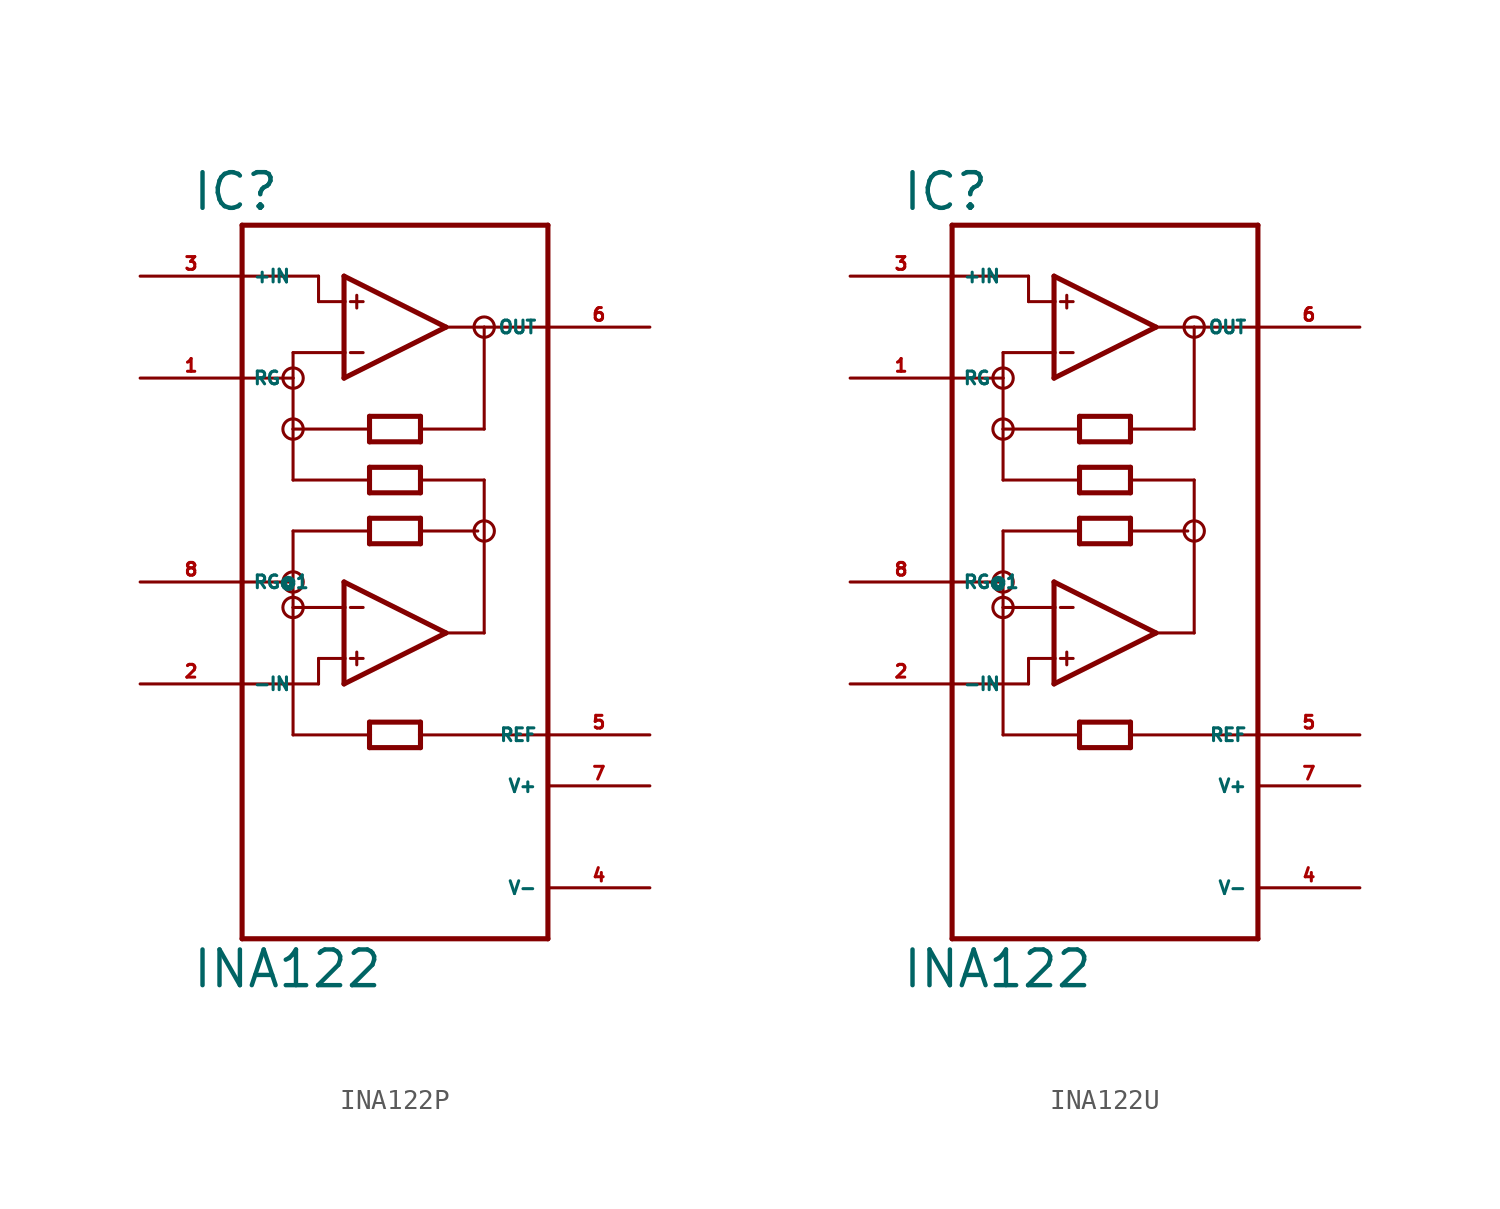
<source format=kicad_sym>
(kicad_symbol_lib
  (version 20220914)
  (generator Eagle2Kicad)
  (symbol "INA122P"
    (property "Reference" "IC"
      (at -10.16 18.415 0)
      (effects (font (size 1.778 1.778) (thickness 0.22)) (justify left bottom)))
    (property "Value" "INA122"
      (at -10.16 -20.32 0)
      (effects (font (size 1.778 1.778) (thickness 0.22)) (justify left bottom)))
    (polyline
      (pts (xy -2.54 10.16) (xy -2.54 11.43))
      (stroke (width 0.254) (type default))
      (fill (type none)))
    (polyline
      (pts (xy -2.54 11.43) (xy -2.54 13.97))
      (stroke (width 0.254) (type default))
      (fill (type none)))
    (polyline
      (pts (xy -2.54 13.97) (xy -2.54 15.24))
      (stroke (width 0.254) (type default))
      (fill (type none)))
    (polyline
      (pts (xy -2.54 15.24) (xy 2.54 12.7))
      (stroke (width 0.254) (type default))
      (fill (type none)))
    (polyline
      (pts (xy 2.54 12.7) (xy -2.54 10.16))
      (stroke (width 0.254) (type default))
      (fill (type none)))
    (polyline
      (pts (xy -2.54 13.97) (xy -3.81 13.97))
      (stroke (width 0.152) (type default))
      (fill (type none)))
    (polyline
      (pts (xy 1.27 5.715) (xy 1.27 5.08))
      (stroke (width 0.254) (type default))
      (fill (type none)))
    (polyline
      (pts (xy 1.27 5.08) (xy 1.27 4.445))
      (stroke (width 0.254) (type default))
      (fill (type none)))
    (polyline
      (pts (xy 1.27 4.445) (xy -1.27 4.445))
      (stroke (width 0.254) (type default))
      (fill (type none)))
    (polyline
      (pts (xy -1.27 4.445) (xy -1.27 5.08))
      (stroke (width 0.254) (type default))
      (fill (type none)))
    (polyline
      (pts (xy -1.27 5.08) (xy -1.27 5.715))
      (stroke (width 0.254) (type default))
      (fill (type none)))
    (polyline
      (pts (xy -1.27 5.715) (xy 1.27 5.715))
      (stroke (width 0.254) (type default))
      (fill (type none)))
    (polyline
      (pts (xy -1.27 8.255) (xy -1.27 7.62))
      (stroke (width 0.254) (type default))
      (fill (type none)))
    (polyline
      (pts (xy -1.27 7.62) (xy -1.27 6.985))
      (stroke (width 0.254) (type default))
      (fill (type none)))
    (polyline
      (pts (xy -1.27 6.985) (xy 1.27 6.985))
      (stroke (width 0.254) (type default))
      (fill (type none)))
    (polyline
      (pts (xy 1.27 6.985) (xy 1.27 7.62))
      (stroke (width 0.254) (type default))
      (fill (type none)))
    (polyline
      (pts (xy 1.27 7.62) (xy 1.27 8.255))
      (stroke (width 0.254) (type default))
      (fill (type none)))
    (polyline
      (pts (xy 1.27 8.255) (xy -1.27 8.255))
      (stroke (width 0.254) (type default))
      (fill (type none)))
    (polyline
      (pts (xy -2.54 11.43) (xy -5.08 11.43))
      (stroke (width 0.152) (type default))
      (fill (type none)))
    (polyline
      (pts (xy -5.08 11.43) (xy -5.08 10.16))
      (stroke (width 0.152) (type default))
      (fill (type none)))
    (polyline
      (pts (xy -2.223 13.97) (xy -1.587 13.97))
      (stroke (width 0.152) (type default))
      (fill (type none)))
    (polyline
      (pts (xy -2.223 11.43) (xy -1.587 11.43))
      (stroke (width 0.152) (type default))
      (fill (type none)))
    (polyline
      (pts (xy -1.905 14.287) (xy -1.905 13.652))
      (stroke (width 0.152) (type default))
      (fill (type none)))
    (polyline
      (pts (xy 2.54 12.7) (xy 4.445 12.7))
      (stroke (width 0.152) (type default))
      (fill (type none)))
    (polyline
      (pts (xy 4.445 12.7) (xy 7.62 12.7))
      (stroke (width 0.152) (type default))
      (fill (type none)))
    (polyline
      (pts (xy -7.62 -17.78) (xy 7.62 -17.78))
      (stroke (width 0.254) (type default))
      (fill (type none)))
    (polyline
      (pts (xy 7.62 -17.78) (xy 7.62 -7.62))
      (stroke (width 0.254) (type default))
      (fill (type none)))
    (polyline
      (pts (xy 7.62 -7.62) (xy 7.62 17.78))
      (stroke (width 0.254) (type default))
      (fill (type none)))
    (polyline
      (pts (xy 7.62 17.78) (xy -7.62 17.78))
      (stroke (width 0.254) (type default))
      (fill (type none)))
    (polyline
      (pts (xy -7.62 17.78) (xy -7.62 15.24))
      (stroke (width 0.254) (type default))
      (fill (type none)))
    (polyline
      (pts (xy -7.62 15.24) (xy -7.62 10.16))
      (stroke (width 0.254) (type default))
      (fill (type none)))
    (polyline
      (pts (xy -7.62 10.16) (xy -7.62 0))
      (stroke (width 0.254) (type default))
      (fill (type none)))
    (polyline
      (pts (xy -7.62 0) (xy -7.62 -5.08))
      (stroke (width 0.254) (type default))
      (fill (type none)))
    (polyline
      (pts (xy -7.62 -5.08) (xy -7.62 -17.78))
      (stroke (width 0.254) (type default))
      (fill (type none)))
    (polyline
      (pts (xy -2.54 -5.08) (xy -2.54 -3.81))
      (stroke (width 0.254) (type default))
      (fill (type none)))
    (polyline
      (pts (xy -2.54 -3.81) (xy -2.54 -1.27))
      (stroke (width 0.254) (type default))
      (fill (type none)))
    (polyline
      (pts (xy -2.54 -1.27) (xy -2.54 0))
      (stroke (width 0.254) (type default))
      (fill (type none)))
    (polyline
      (pts (xy -2.54 0) (xy 2.54 -2.54))
      (stroke (width 0.254) (type default))
      (fill (type none)))
    (polyline
      (pts (xy 2.54 -2.54) (xy -2.54 -5.08))
      (stroke (width 0.254) (type default))
      (fill (type none)))
    (polyline
      (pts (xy 1.27 1.905) (xy 1.27 2.54))
      (stroke (width 0.254) (type default))
      (fill (type none)))
    (polyline
      (pts (xy 1.27 2.54) (xy 1.27 3.175))
      (stroke (width 0.254) (type default))
      (fill (type none)))
    (polyline
      (pts (xy 1.27 3.175) (xy -1.27 3.175))
      (stroke (width 0.254) (type default))
      (fill (type none)))
    (polyline
      (pts (xy -1.27 3.175) (xy -1.27 2.54))
      (stroke (width 0.254) (type default))
      (fill (type none)))
    (polyline
      (pts (xy -1.27 2.54) (xy -1.27 1.905))
      (stroke (width 0.254) (type default))
      (fill (type none)))
    (polyline
      (pts (xy -1.27 1.905) (xy 1.27 1.905))
      (stroke (width 0.254) (type default))
      (fill (type none)))
    (polyline
      (pts (xy -1.27 -8.255) (xy -1.27 -7.62))
      (stroke (width 0.254) (type default))
      (fill (type none)))
    (polyline
      (pts (xy -1.27 -7.62) (xy -1.27 -6.985))
      (stroke (width 0.254) (type default))
      (fill (type none)))
    (polyline
      (pts (xy -1.27 -6.985) (xy 1.27 -6.985))
      (stroke (width 0.254) (type default))
      (fill (type none)))
    (polyline
      (pts (xy 1.27 -6.985) (xy 1.27 -7.62))
      (stroke (width 0.254) (type default))
      (fill (type none)))
    (polyline
      (pts (xy 1.27 -7.62) (xy 1.27 -8.255))
      (stroke (width 0.254) (type default))
      (fill (type none)))
    (polyline
      (pts (xy 1.27 -8.255) (xy -1.27 -8.255))
      (stroke (width 0.254) (type default))
      (fill (type none)))
    (polyline
      (pts (xy -2.54 -1.27) (xy -5.08 -1.27))
      (stroke (width 0.152) (type default))
      (fill (type none)))
    (polyline
      (pts (xy -5.08 -1.27) (xy -5.08 0))
      (stroke (width 0.152) (type default))
      (fill (type none)))
    (polyline
      (pts (xy -2.54 -3.81) (xy -3.81 -3.81))
      (stroke (width 0.152) (type default))
      (fill (type none)))
    (polyline
      (pts (xy -2.223 -1.27) (xy -1.587 -1.27))
      (stroke (width 0.152) (type default))
      (fill (type none)))
    (polyline
      (pts (xy -2.223 -3.81) (xy -1.587 -3.81))
      (stroke (width 0.152) (type default))
      (fill (type none)))
    (polyline
      (pts (xy -1.905 -3.493) (xy -1.905 -4.128))
      (stroke (width 0.152) (type default))
      (fill (type none)))
    (polyline
      (pts (xy 2.54 -2.54) (xy 4.445 -2.54))
      (stroke (width 0.152) (type default))
      (fill (type none)))
    (polyline
      (pts (xy -7.62 15.24) (xy -3.81 15.24))
      (stroke (width 0.152) (type default))
      (fill (type none)))
    (polyline
      (pts (xy -3.81 15.24) (xy -3.81 13.97))
      (stroke (width 0.152) (type default))
      (fill (type none)))
    (polyline
      (pts (xy -7.62 10.16) (xy -5.08 10.16))
      (stroke (width 0.152) (type default))
      (fill (type none)))
    (polyline
      (pts (xy 4.445 12.7) (xy 4.445 7.62))
      (stroke (width 0.152) (type default))
      (fill (type none)))
    (polyline
      (pts (xy 4.445 7.62) (xy 1.27 7.62))
      (stroke (width 0.152) (type default))
      (fill (type none)))
    (polyline
      (pts (xy -5.08 10.16) (xy -5.08 7.62))
      (stroke (width 0.152) (type default))
      (fill (type none)))
    (polyline
      (pts (xy -5.08 7.62) (xy -1.27 7.62))
      (stroke (width 0.152) (type default))
      (fill (type none)))
    (polyline
      (pts (xy -3.81 -3.81) (xy -3.81 -5.08))
      (stroke (width 0.152) (type default))
      (fill (type none)))
    (polyline
      (pts (xy -3.81 -5.08) (xy -7.62 -5.08))
      (stroke (width 0.152) (type default))
      (fill (type none)))
    (polyline
      (pts (xy -7.62 0) (xy -5.08 0))
      (stroke (width 0.152) (type default))
      (fill (type none)))
    (polyline
      (pts (xy -5.08 5.08) (xy -1.27 5.08))
      (stroke (width 0.152) (type default))
      (fill (type none)))
    (polyline
      (pts (xy -5.08 7.62) (xy -5.08 5.08))
      (stroke (width 0.152) (type default))
      (fill (type none)))
    (polyline
      (pts (xy 1.27 5.08) (xy 4.445 5.08))
      (stroke (width 0.152) (type default))
      (fill (type none)))
    (polyline
      (pts (xy 4.445 5.08) (xy 4.445 -2.54))
      (stroke (width 0.152) (type default))
      (fill (type none)))
    (polyline
      (pts (xy 1.27 2.54) (xy 4.128 2.54))
      (stroke (width 0.152) (type default))
      (fill (type none)))
    (polyline
      (pts (xy -1.27 2.54) (xy -5.08 2.54))
      (stroke (width 0.152) (type default))
      (fill (type none)))
    (polyline
      (pts (xy -5.08 2.54) (xy -5.08 0))
      (stroke (width 0.152) (type default))
      (fill (type none)))
    (polyline
      (pts (xy -5.08 -1.27) (xy -5.08 -7.62))
      (stroke (width 0.152) (type default))
      (fill (type none)))
    (polyline
      (pts (xy 1.27 -7.62) (xy 7.62 -7.62))
      (stroke (width 0.152) (type default))
      (fill (type none)))
    (polyline
      (pts (xy -5.08 -7.62) (xy -1.27 -7.62))
      (stroke (width 0.152) (type default))
      (fill (type none)))
    (circle
      (center -5.08 10.16)
      (radius 0.508)
      (stroke (width 0) (type default))
      (fill (type none)))
    (circle
      (center -5.08 7.62)
      (radius 0.508)
      (stroke (width 0) (type default))
      (fill (type none)))
    (circle
      (center 4.445 12.7)
      (radius 0.508)
      (stroke (width 0) (type default))
      (fill (type none)))
    (circle
      (center 4.445 2.54)
      (radius 0.508)
      (stroke (width 0) (type default))
      (fill (type none)))
    (circle
      (center -5.08 -1.27)
      (radius 0.508)
      (stroke (width 0) (type default))
      (fill (type none)))
    (circle
      (center -5.08 0)
      (radius 0.508)
      (stroke (width 0) (type default))
      (fill (type none)))
    (pin input line
      (at -12.7 15.24 0)
      (length 5.08)
      (name "+IN" (effects (font (size 0.635 0.635) (thickness 0.08)) (justify left bottom)))
      (number "3" (effects (font (size 0.635 0.635) (thickness 0.08)) (justify left bottom))))
    (pin passive line
      (at -12.7 10.16 0)
      (length 5.08)
      (name "RG" (effects (font (size 0.635 0.635) (thickness 0.08)) (justify left bottom)))
      (number "1" (effects (font (size 0.635 0.635) (thickness 0.08)) (justify left bottom))))
    (pin output line
      (at 12.7 12.7 180)
      (length 5.08)
      (name "OUT" (effects (font (size 0.635 0.635) (thickness 0.08)) (justify left bottom)))
      (number "6" (effects (font (size 0.635 0.635) (thickness 0.08)) (justify left bottom))))
    (pin unspecified line
      (at 12.7 -10.16 180)
      (length 5.08)
      (name "V+" (effects (font (size 0.635 0.635) (thickness 0.08)) (justify left bottom)))
      (number "7" (effects (font (size 0.635 0.635) (thickness 0.08)) (justify left bottom))))
    (pin unspecified line
      (at 12.7 -15.24 180)
      (length 5.08)
      (name "V-" (effects (font (size 0.635 0.635) (thickness 0.08)) (justify left bottom)))
      (number "4" (effects (font (size 0.635 0.635) (thickness 0.08)) (justify left bottom))))
    (pin passive line
      (at -12.7 0 0)
      (length 5.08)
      (name "RG@1" (effects (font (size 0.635 0.635) (thickness 0.08)) (justify left bottom)))
      (number "8" (effects (font (size 0.635 0.635) (thickness 0.08)) (justify left bottom))))
    (pin input line
      (at -12.7 -5.08 0)
      (length 5.08)
      (name "-IN" (effects (font (size 0.635 0.635) (thickness 0.08)) (justify left bottom)))
      (number "2" (effects (font (size 0.635 0.635) (thickness 0.08)) (justify left bottom))))
    (pin passive line
      (at 12.7 -7.62 180)
      (length 5.08)
      (name "REF" (effects (font (size 0.635 0.635) (thickness 0.08)) (justify left bottom)))
      (number "5" (effects (font (size 0.635 0.635) (thickness 0.08)) (justify left bottom)))))
  (symbol "INA122U"
    (property "Reference" "IC"
      (at -10.16 18.415 0)
      (effects (font (size 1.778 1.778) (thickness 0.22)) (justify left bottom)))
    (property "Value" "INA122"
      (at -10.16 -20.32 0)
      (effects (font (size 1.778 1.778) (thickness 0.22)) (justify left bottom)))
    (polyline
      (pts (xy -2.54 10.16) (xy -2.54 11.43))
      (stroke (width 0.254) (type default))
      (fill (type none)))
    (polyline
      (pts (xy -2.54 11.43) (xy -2.54 13.97))
      (stroke (width 0.254) (type default))
      (fill (type none)))
    (polyline
      (pts (xy -2.54 13.97) (xy -2.54 15.24))
      (stroke (width 0.254) (type default))
      (fill (type none)))
    (polyline
      (pts (xy -2.54 15.24) (xy 2.54 12.7))
      (stroke (width 0.254) (type default))
      (fill (type none)))
    (polyline
      (pts (xy 2.54 12.7) (xy -2.54 10.16))
      (stroke (width 0.254) (type default))
      (fill (type none)))
    (polyline
      (pts (xy -2.54 13.97) (xy -3.81 13.97))
      (stroke (width 0.152) (type default))
      (fill (type none)))
    (polyline
      (pts (xy 1.27 5.715) (xy 1.27 5.08))
      (stroke (width 0.254) (type default))
      (fill (type none)))
    (polyline
      (pts (xy 1.27 5.08) (xy 1.27 4.445))
      (stroke (width 0.254) (type default))
      (fill (type none)))
    (polyline
      (pts (xy 1.27 4.445) (xy -1.27 4.445))
      (stroke (width 0.254) (type default))
      (fill (type none)))
    (polyline
      (pts (xy -1.27 4.445) (xy -1.27 5.08))
      (stroke (width 0.254) (type default))
      (fill (type none)))
    (polyline
      (pts (xy -1.27 5.08) (xy -1.27 5.715))
      (stroke (width 0.254) (type default))
      (fill (type none)))
    (polyline
      (pts (xy -1.27 5.715) (xy 1.27 5.715))
      (stroke (width 0.254) (type default))
      (fill (type none)))
    (polyline
      (pts (xy -1.27 8.255) (xy -1.27 7.62))
      (stroke (width 0.254) (type default))
      (fill (type none)))
    (polyline
      (pts (xy -1.27 7.62) (xy -1.27 6.985))
      (stroke (width 0.254) (type default))
      (fill (type none)))
    (polyline
      (pts (xy -1.27 6.985) (xy 1.27 6.985))
      (stroke (width 0.254) (type default))
      (fill (type none)))
    (polyline
      (pts (xy 1.27 6.985) (xy 1.27 7.62))
      (stroke (width 0.254) (type default))
      (fill (type none)))
    (polyline
      (pts (xy 1.27 7.62) (xy 1.27 8.255))
      (stroke (width 0.254) (type default))
      (fill (type none)))
    (polyline
      (pts (xy 1.27 8.255) (xy -1.27 8.255))
      (stroke (width 0.254) (type default))
      (fill (type none)))
    (polyline
      (pts (xy -2.54 11.43) (xy -5.08 11.43))
      (stroke (width 0.152) (type default))
      (fill (type none)))
    (polyline
      (pts (xy -5.08 11.43) (xy -5.08 10.16))
      (stroke (width 0.152) (type default))
      (fill (type none)))
    (polyline
      (pts (xy -2.223 13.97) (xy -1.587 13.97))
      (stroke (width 0.152) (type default))
      (fill (type none)))
    (polyline
      (pts (xy -2.223 11.43) (xy -1.587 11.43))
      (stroke (width 0.152) (type default))
      (fill (type none)))
    (polyline
      (pts (xy -1.905 14.287) (xy -1.905 13.652))
      (stroke (width 0.152) (type default))
      (fill (type none)))
    (polyline
      (pts (xy 2.54 12.7) (xy 4.445 12.7))
      (stroke (width 0.152) (type default))
      (fill (type none)))
    (polyline
      (pts (xy 4.445 12.7) (xy 7.62 12.7))
      (stroke (width 0.152) (type default))
      (fill (type none)))
    (polyline
      (pts (xy -7.62 -17.78) (xy 7.62 -17.78))
      (stroke (width 0.254) (type default))
      (fill (type none)))
    (polyline
      (pts (xy 7.62 -17.78) (xy 7.62 -7.62))
      (stroke (width 0.254) (type default))
      (fill (type none)))
    (polyline
      (pts (xy 7.62 -7.62) (xy 7.62 17.78))
      (stroke (width 0.254) (type default))
      (fill (type none)))
    (polyline
      (pts (xy 7.62 17.78) (xy -7.62 17.78))
      (stroke (width 0.254) (type default))
      (fill (type none)))
    (polyline
      (pts (xy -7.62 17.78) (xy -7.62 15.24))
      (stroke (width 0.254) (type default))
      (fill (type none)))
    (polyline
      (pts (xy -7.62 15.24) (xy -7.62 10.16))
      (stroke (width 0.254) (type default))
      (fill (type none)))
    (polyline
      (pts (xy -7.62 10.16) (xy -7.62 0))
      (stroke (width 0.254) (type default))
      (fill (type none)))
    (polyline
      (pts (xy -7.62 0) (xy -7.62 -5.08))
      (stroke (width 0.254) (type default))
      (fill (type none)))
    (polyline
      (pts (xy -7.62 -5.08) (xy -7.62 -17.78))
      (stroke (width 0.254) (type default))
      (fill (type none)))
    (polyline
      (pts (xy -2.54 -5.08) (xy -2.54 -3.81))
      (stroke (width 0.254) (type default))
      (fill (type none)))
    (polyline
      (pts (xy -2.54 -3.81) (xy -2.54 -1.27))
      (stroke (width 0.254) (type default))
      (fill (type none)))
    (polyline
      (pts (xy -2.54 -1.27) (xy -2.54 0))
      (stroke (width 0.254) (type default))
      (fill (type none)))
    (polyline
      (pts (xy -2.54 0) (xy 2.54 -2.54))
      (stroke (width 0.254) (type default))
      (fill (type none)))
    (polyline
      (pts (xy 2.54 -2.54) (xy -2.54 -5.08))
      (stroke (width 0.254) (type default))
      (fill (type none)))
    (polyline
      (pts (xy 1.27 1.905) (xy 1.27 2.54))
      (stroke (width 0.254) (type default))
      (fill (type none)))
    (polyline
      (pts (xy 1.27 2.54) (xy 1.27 3.175))
      (stroke (width 0.254) (type default))
      (fill (type none)))
    (polyline
      (pts (xy 1.27 3.175) (xy -1.27 3.175))
      (stroke (width 0.254) (type default))
      (fill (type none)))
    (polyline
      (pts (xy -1.27 3.175) (xy -1.27 2.54))
      (stroke (width 0.254) (type default))
      (fill (type none)))
    (polyline
      (pts (xy -1.27 2.54) (xy -1.27 1.905))
      (stroke (width 0.254) (type default))
      (fill (type none)))
    (polyline
      (pts (xy -1.27 1.905) (xy 1.27 1.905))
      (stroke (width 0.254) (type default))
      (fill (type none)))
    (polyline
      (pts (xy -1.27 -8.255) (xy -1.27 -7.62))
      (stroke (width 0.254) (type default))
      (fill (type none)))
    (polyline
      (pts (xy -1.27 -7.62) (xy -1.27 -6.985))
      (stroke (width 0.254) (type default))
      (fill (type none)))
    (polyline
      (pts (xy -1.27 -6.985) (xy 1.27 -6.985))
      (stroke (width 0.254) (type default))
      (fill (type none)))
    (polyline
      (pts (xy 1.27 -6.985) (xy 1.27 -7.62))
      (stroke (width 0.254) (type default))
      (fill (type none)))
    (polyline
      (pts (xy 1.27 -7.62) (xy 1.27 -8.255))
      (stroke (width 0.254) (type default))
      (fill (type none)))
    (polyline
      (pts (xy 1.27 -8.255) (xy -1.27 -8.255))
      (stroke (width 0.254) (type default))
      (fill (type none)))
    (polyline
      (pts (xy -2.54 -1.27) (xy -5.08 -1.27))
      (stroke (width 0.152) (type default))
      (fill (type none)))
    (polyline
      (pts (xy -5.08 -1.27) (xy -5.08 0))
      (stroke (width 0.152) (type default))
      (fill (type none)))
    (polyline
      (pts (xy -2.54 -3.81) (xy -3.81 -3.81))
      (stroke (width 0.152) (type default))
      (fill (type none)))
    (polyline
      (pts (xy -2.223 -1.27) (xy -1.587 -1.27))
      (stroke (width 0.152) (type default))
      (fill (type none)))
    (polyline
      (pts (xy -2.223 -3.81) (xy -1.587 -3.81))
      (stroke (width 0.152) (type default))
      (fill (type none)))
    (polyline
      (pts (xy -1.905 -3.493) (xy -1.905 -4.128))
      (stroke (width 0.152) (type default))
      (fill (type none)))
    (polyline
      (pts (xy 2.54 -2.54) (xy 4.445 -2.54))
      (stroke (width 0.152) (type default))
      (fill (type none)))
    (polyline
      (pts (xy -7.62 15.24) (xy -3.81 15.24))
      (stroke (width 0.152) (type default))
      (fill (type none)))
    (polyline
      (pts (xy -3.81 15.24) (xy -3.81 13.97))
      (stroke (width 0.152) (type default))
      (fill (type none)))
    (polyline
      (pts (xy -7.62 10.16) (xy -5.08 10.16))
      (stroke (width 0.152) (type default))
      (fill (type none)))
    (polyline
      (pts (xy 4.445 12.7) (xy 4.445 7.62))
      (stroke (width 0.152) (type default))
      (fill (type none)))
    (polyline
      (pts (xy 4.445 7.62) (xy 1.27 7.62))
      (stroke (width 0.152) (type default))
      (fill (type none)))
    (polyline
      (pts (xy -5.08 10.16) (xy -5.08 7.62))
      (stroke (width 0.152) (type default))
      (fill (type none)))
    (polyline
      (pts (xy -5.08 7.62) (xy -1.27 7.62))
      (stroke (width 0.152) (type default))
      (fill (type none)))
    (polyline
      (pts (xy -3.81 -3.81) (xy -3.81 -5.08))
      (stroke (width 0.152) (type default))
      (fill (type none)))
    (polyline
      (pts (xy -3.81 -5.08) (xy -7.62 -5.08))
      (stroke (width 0.152) (type default))
      (fill (type none)))
    (polyline
      (pts (xy -7.62 0) (xy -5.08 0))
      (stroke (width 0.152) (type default))
      (fill (type none)))
    (polyline
      (pts (xy -5.08 5.08) (xy -1.27 5.08))
      (stroke (width 0.152) (type default))
      (fill (type none)))
    (polyline
      (pts (xy -5.08 7.62) (xy -5.08 5.08))
      (stroke (width 0.152) (type default))
      (fill (type none)))
    (polyline
      (pts (xy 1.27 5.08) (xy 4.445 5.08))
      (stroke (width 0.152) (type default))
      (fill (type none)))
    (polyline
      (pts (xy 4.445 5.08) (xy 4.445 -2.54))
      (stroke (width 0.152) (type default))
      (fill (type none)))
    (polyline
      (pts (xy 1.27 2.54) (xy 4.128 2.54))
      (stroke (width 0.152) (type default))
      (fill (type none)))
    (polyline
      (pts (xy -1.27 2.54) (xy -5.08 2.54))
      (stroke (width 0.152) (type default))
      (fill (type none)))
    (polyline
      (pts (xy -5.08 2.54) (xy -5.08 0))
      (stroke (width 0.152) (type default))
      (fill (type none)))
    (polyline
      (pts (xy -5.08 -1.27) (xy -5.08 -7.62))
      (stroke (width 0.152) (type default))
      (fill (type none)))
    (polyline
      (pts (xy 1.27 -7.62) (xy 7.62 -7.62))
      (stroke (width 0.152) (type default))
      (fill (type none)))
    (polyline
      (pts (xy -5.08 -7.62) (xy -1.27 -7.62))
      (stroke (width 0.152) (type default))
      (fill (type none)))
    (circle
      (center -5.08 10.16)
      (radius 0.508)
      (stroke (width 0) (type default))
      (fill (type none)))
    (circle
      (center -5.08 7.62)
      (radius 0.508)
      (stroke (width 0) (type default))
      (fill (type none)))
    (circle
      (center 4.445 12.7)
      (radius 0.508)
      (stroke (width 0) (type default))
      (fill (type none)))
    (circle
      (center 4.445 2.54)
      (radius 0.508)
      (stroke (width 0) (type default))
      (fill (type none)))
    (circle
      (center -5.08 -1.27)
      (radius 0.508)
      (stroke (width 0) (type default))
      (fill (type none)))
    (circle
      (center -5.08 0)
      (radius 0.508)
      (stroke (width 0) (type default))
      (fill (type none)))
    (pin input line
      (at -12.7 15.24 0)
      (length 5.08)
      (name "+IN" (effects (font (size 0.635 0.635) (thickness 0.08)) (justify left bottom)))
      (number "3" (effects (font (size 0.635 0.635) (thickness 0.08)) (justify left bottom))))
    (pin passive line
      (at -12.7 10.16 0)
      (length 5.08)
      (name "RG" (effects (font (size 0.635 0.635) (thickness 0.08)) (justify left bottom)))
      (number "1" (effects (font (size 0.635 0.635) (thickness 0.08)) (justify left bottom))))
    (pin output line
      (at 12.7 12.7 180)
      (length 5.08)
      (name "OUT" (effects (font (size 0.635 0.635) (thickness 0.08)) (justify left bottom)))
      (number "6" (effects (font (size 0.635 0.635) (thickness 0.08)) (justify left bottom))))
    (pin unspecified line
      (at 12.7 -10.16 180)
      (length 5.08)
      (name "V+" (effects (font (size 0.635 0.635) (thickness 0.08)) (justify left bottom)))
      (number "7" (effects (font (size 0.635 0.635) (thickness 0.08)) (justify left bottom))))
    (pin unspecified line
      (at 12.7 -15.24 180)
      (length 5.08)
      (name "V-" (effects (font (size 0.635 0.635) (thickness 0.08)) (justify left bottom)))
      (number "4" (effects (font (size 0.635 0.635) (thickness 0.08)) (justify left bottom))))
    (pin passive line
      (at -12.7 0 0)
      (length 5.08)
      (name "RG@1" (effects (font (size 0.635 0.635) (thickness 0.08)) (justify left bottom)))
      (number "8" (effects (font (size 0.635 0.635) (thickness 0.08)) (justify left bottom))))
    (pin input line
      (at -12.7 -5.08 0)
      (length 5.08)
      (name "-IN" (effects (font (size 0.635 0.635) (thickness 0.08)) (justify left bottom)))
      (number "2" (effects (font (size 0.635 0.635) (thickness 0.08)) (justify left bottom))))
    (pin passive line
      (at 12.7 -7.62 180)
      (length 5.08)
      (name "REF" (effects (font (size 0.635 0.635) (thickness 0.08)) (justify left bottom)))
      (number "5" (effects (font (size 0.635 0.635) (thickness 0.08)) (justify left bottom))))))
</source>
